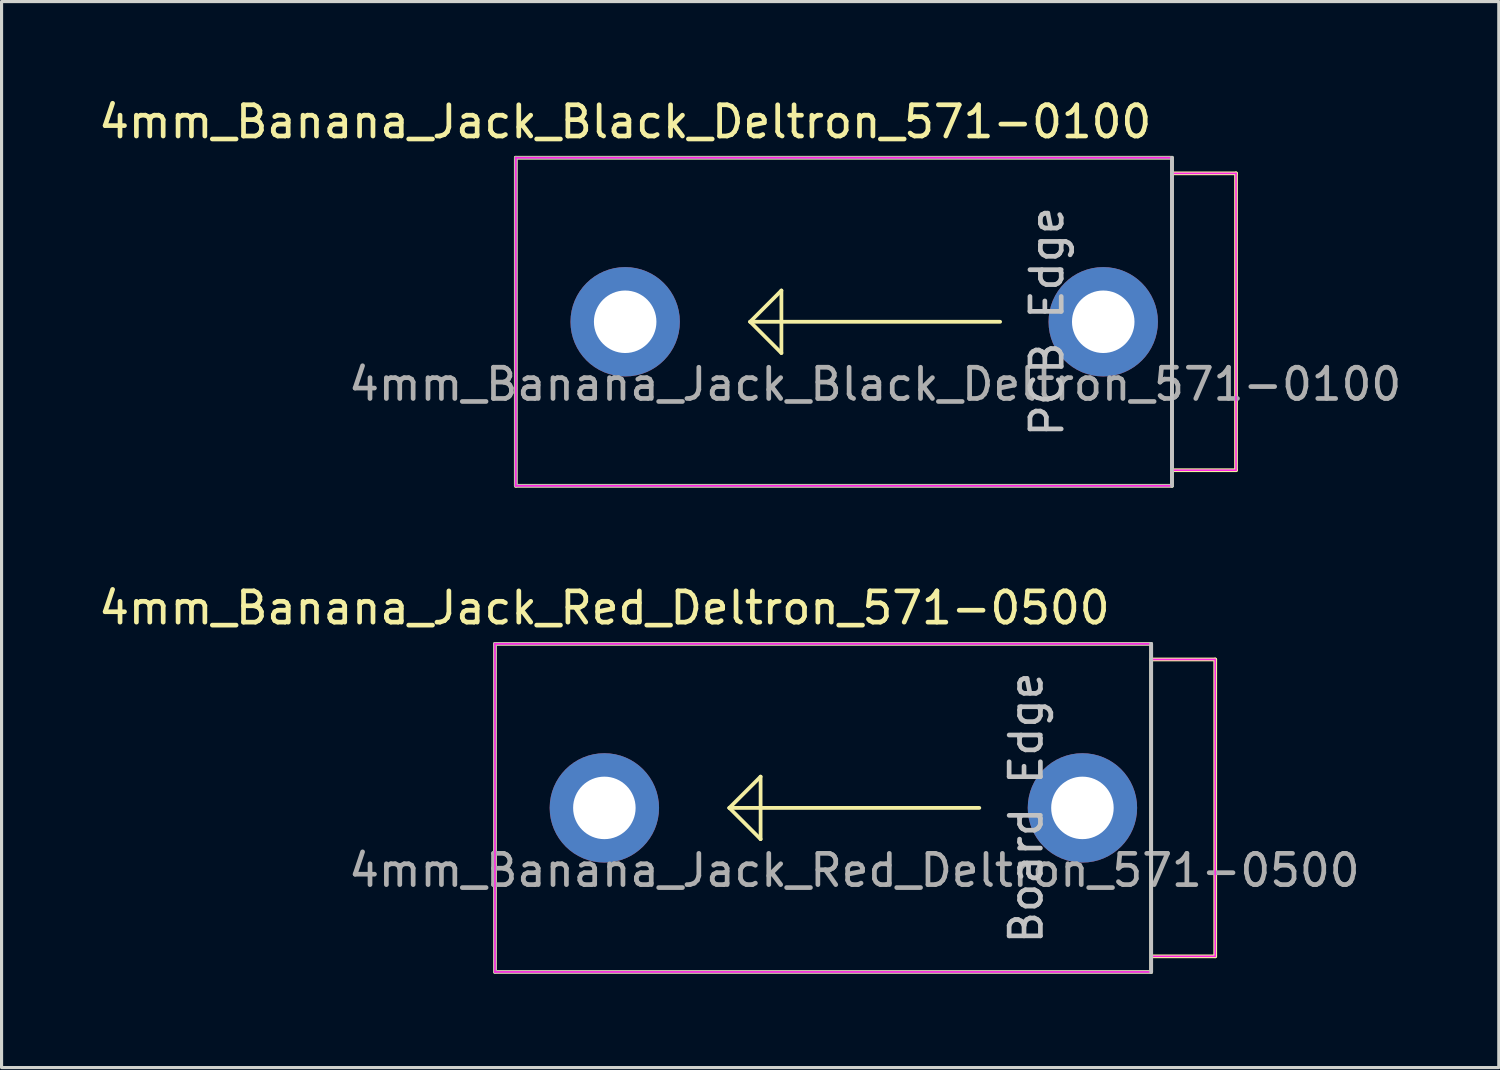
<source format=kicad_pcb>
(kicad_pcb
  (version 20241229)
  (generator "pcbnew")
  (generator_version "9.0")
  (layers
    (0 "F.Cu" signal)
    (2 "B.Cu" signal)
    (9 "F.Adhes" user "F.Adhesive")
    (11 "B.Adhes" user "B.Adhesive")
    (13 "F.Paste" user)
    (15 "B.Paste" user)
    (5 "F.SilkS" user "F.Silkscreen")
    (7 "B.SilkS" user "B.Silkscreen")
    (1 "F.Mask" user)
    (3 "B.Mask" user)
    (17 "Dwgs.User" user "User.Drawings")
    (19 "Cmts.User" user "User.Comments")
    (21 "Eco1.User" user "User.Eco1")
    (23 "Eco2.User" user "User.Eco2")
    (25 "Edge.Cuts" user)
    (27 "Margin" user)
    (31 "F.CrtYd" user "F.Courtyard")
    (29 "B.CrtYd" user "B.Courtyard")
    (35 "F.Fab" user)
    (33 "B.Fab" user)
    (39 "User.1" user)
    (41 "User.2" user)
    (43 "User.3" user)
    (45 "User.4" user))
  (footprint "4mm_Banana_Jack_Red_Deltron_571-0500"
    (layer "F.Cu")
    (at 16.292 22.806)
    (property "Reference" "4mm_Banana_Jack_Red_Deltron_571-0500" (at 0 -6.4 0) (unlocked yes) (layer "F.SilkS") (effects (font (size 1 1) (thickness 0.15))))
    (attr through_hole)
    (fp_line (start -3.5 5.25) (end -3.5 -5.25) (stroke (width 0.12) (type solid)) (layer "F.SilkS"))
    (fp_line (start -3.5 5.25) (end 17.5 5.25) (stroke (width 0.12) (type solid)) (layer "F.SilkS"))
    (fp_line (start 4 0) (end 5 -1) (stroke (width 0.12) (type solid)) (layer "F.SilkS"))
    (fp_line (start 4 0) (end 5 1) (stroke (width 0.12) (type solid)) (layer "F.SilkS"))
    (fp_line (start 5 -1) (end 5 1) (stroke (width 0.12) (type solid)) (layer "F.SilkS"))
    (fp_line (start 12 0) (end 4 0) (stroke (width 0.12) (type solid)) (layer "F.SilkS"))
    (fp_line (start 17.45 -5.25) (end -3.5 -5.25) (stroke (width 0.12) (type solid)) (layer "F.SilkS"))
    (fp_line (start 17.5 5.25) (end 17.5 -5.25) (stroke (width 0.12) (type solid)) (layer "F.SilkS"))
    (fp_line (start 19.55 -4.75) (end 17.5 -4.75) (stroke (width 0.12) (type solid)) (layer "F.SilkS"))
    (fp_line (start 19.55 4.75) (end 17.525 4.75) (stroke (width 0.12) (type solid)) (layer "F.SilkS"))
    (fp_line (start 19.55 4.75) (end 19.55 -4.75) (stroke (width 0.12) (type solid)) (layer "F.SilkS"))
    (fp_line (start 17.5 -5.25) (end 17.5 5.25) (stroke (width 0.12) (type solid)) (layer "Dwgs.User"))
    (fp_line (start -3.5 -5.25) (end 17.5 -5.25) (stroke (width 0.05) (type solid)) (layer "F.CrtYd"))
    (fp_line (start -3.5 5.25) (end -3.5 -5.25) (stroke (width 0.05) (type solid)) (layer "F.CrtYd"))
    (fp_line (start 17.5 -5.25) (end 17.5 -4.75) (stroke (width 0.05) (type solid)) (layer "F.CrtYd"))
    (fp_line (start 17.5 -4.75) (end 19.55 -4.75) (stroke (width 0.05) (type solid)) (layer "F.CrtYd"))
    (fp_line (start 17.5 4.75) (end 17.5 5.25) (stroke (width 0.05) (type solid)) (layer "F.CrtYd"))
    (fp_line (start 17.5 5.25) (end -3.5 5.25) (stroke (width 0.05) (type solid)) (layer "F.CrtYd"))
    (fp_line (start 19.55 -4.75) (end 19.55 4.75) (stroke (width 0.05) (type solid)) (layer "F.CrtYd"))
    (fp_line (start 19.55 4.75) (end 17.5 4.75) (stroke (width 0.05) (type solid)) (layer "F.CrtYd"))
    (fp_line (start -3.5 -5.25) (end 17.5 -5.25) (stroke (width 0.1) (type solid)) (layer "F.Fab"))
    (fp_line (start -3.5 5.25) (end -3.5 -5.25) (stroke (width 0.1) (type solid)) (layer "F.Fab"))
    (fp_line (start 17.5 -5.25) (end 17.5 5.25) (stroke (width 0.1) (type solid)) (layer "F.Fab"))
    (fp_line (start 17.5 5.25) (end -3.5 5.25) (stroke (width 0.1) (type solid)) (layer "F.Fab"))
    (fp_text user "Board Edge" (at 13.5 0 90) (unlocked yes) (layer "Dwgs.User") (effects (font (size 1 1) (thickness 0.15))))
    (fp_text user "${REFERENCE}" (at 8 2 0) (unlocked yes) (layer "F.Fab") (effects (font (size 1 1) (thickness 0.15))))
    (pad "1" thru_hole circle (at 0 0) (size 3.5 3.5) (drill 2) (layers "*.Cu" "*.Mask"))
    (pad "1" thru_hole circle (at 15.3 0) (size 3.5 3.5) (drill 2) (layers "*.Cu" "*.Mask")))
  (footprint "4mm_Banana_Jack_Black_Deltron_571-0100"
    (layer "F.Cu")
    (at 16.958 7.248)
    (property "Reference" "4mm_Banana_Jack_Black_Deltron_571-0100" (at 0 -6.4 0) (unlocked yes) (layer "F.SilkS") (effects (font (size 1 1) (thickness 0.15))))
    (attr through_hole)
    (fp_line (start -3.5 5.25) (end -3.5 -5.25) (stroke (width 0.12) (type solid)) (layer "F.SilkS"))
    (fp_line (start -3.5 5.25) (end 17.5 5.25) (stroke (width 0.12) (type solid)) (layer "F.SilkS"))
    (fp_line (start 4 0) (end 5 -1) (stroke (width 0.12) (type solid)) (layer "F.SilkS"))
    (fp_line (start 4 0) (end 5 1) (stroke (width 0.12) (type solid)) (layer "F.SilkS"))
    (fp_line (start 5 -1) (end 5 1) (stroke (width 0.12) (type solid)) (layer "F.SilkS"))
    (fp_line (start 12 0) (end 4 0) (stroke (width 0.12) (type solid)) (layer "F.SilkS"))
    (fp_line (start 17.45 -5.25) (end -3.5 -5.25) (stroke (width 0.12) (type solid)) (layer "F.SilkS"))
    (fp_line (start 17.5 5.25) (end 17.5 -5.25) (stroke (width 0.12) (type solid)) (layer "F.SilkS"))
    (fp_line (start 19.55 -4.75) (end 17.5 -4.75) (stroke (width 0.12) (type solid)) (layer "F.SilkS"))
    (fp_line (start 19.55 4.75) (end 17.525 4.75) (stroke (width 0.12) (type solid)) (layer "F.SilkS"))
    (fp_line (start 19.55 4.75) (end 19.55 -4.75) (stroke (width 0.12) (type solid)) (layer "F.SilkS"))
    (fp_line (start 17.5 -5.25) (end 17.5 5.25) (stroke (width 0.12) (type solid)) (layer "Dwgs.User"))
    (fp_line (start -3.5 -5.25) (end 17.5 -5.25) (stroke (width 0.05) (type solid)) (layer "F.CrtYd"))
    (fp_line (start -3.5 5.25) (end -3.5 -5.25) (stroke (width 0.05) (type solid)) (layer "F.CrtYd"))
    (fp_line (start 17.5 -5.25) (end 17.5 -4.75) (stroke (width 0.05) (type solid)) (layer "F.CrtYd"))
    (fp_line (start 17.5 -4.75) (end 19.55 -4.75) (stroke (width 0.05) (type solid)) (layer "F.CrtYd"))
    (fp_line (start 17.5 4.75) (end 17.5 5.25) (stroke (width 0.05) (type solid)) (layer "F.CrtYd"))
    (fp_line (start 17.5 5.25) (end -3.5 5.25) (stroke (width 0.05) (type solid)) (layer "F.CrtYd"))
    (fp_line (start 19.55 -4.75) (end 19.55 4.75) (stroke (width 0.05) (type solid)) (layer "F.CrtYd"))
    (fp_line (start 19.55 4.75) (end 17.5 4.75) (stroke (width 0.05) (type solid)) (layer "F.CrtYd"))
    (fp_line (start -3.5 -5.25) (end 17.5 -5.25) (stroke (width 0.1) (type solid)) (layer "F.Fab"))
    (fp_line (start -3.5 5.25) (end -3.5 -5.25) (stroke (width 0.1) (type solid)) (layer "F.Fab"))
    (fp_line (start 17.5 -5.25) (end 17.5 5.25) (stroke (width 0.1) (type solid)) (layer "F.Fab"))
    (fp_line (start 17.5 5.25) (end -3.5 5.25) (stroke (width 0.1) (type solid)) (layer "F.Fab"))
    (fp_text user "PCB Edge" (at 13.5 0 90) (unlocked yes) (layer "Dwgs.User") (effects (font (size 1 1) (thickness 0.15))))
    (fp_text user "${REFERENCE}" (at 8 2 0) (unlocked yes) (layer "F.Fab") (effects (font (size 1 1) (thickness 0.15))))
    (pad "1" thru_hole circle (at 0 0) (size 3.5 3.5) (drill 2) (layers "*.Cu" "*.Mask"))
    (pad "1" thru_hole circle (at 15.3 0) (size 3.5 3.5) (drill 2) (layers "*.Cu" "*.Mask")))
  (gr_rect
    (start -3 -3)
    (end 44.917 31.116)
    (stroke (width 0.1) (type default))
    (fill no)
    (layer "Edge.Cuts")))
</source>
